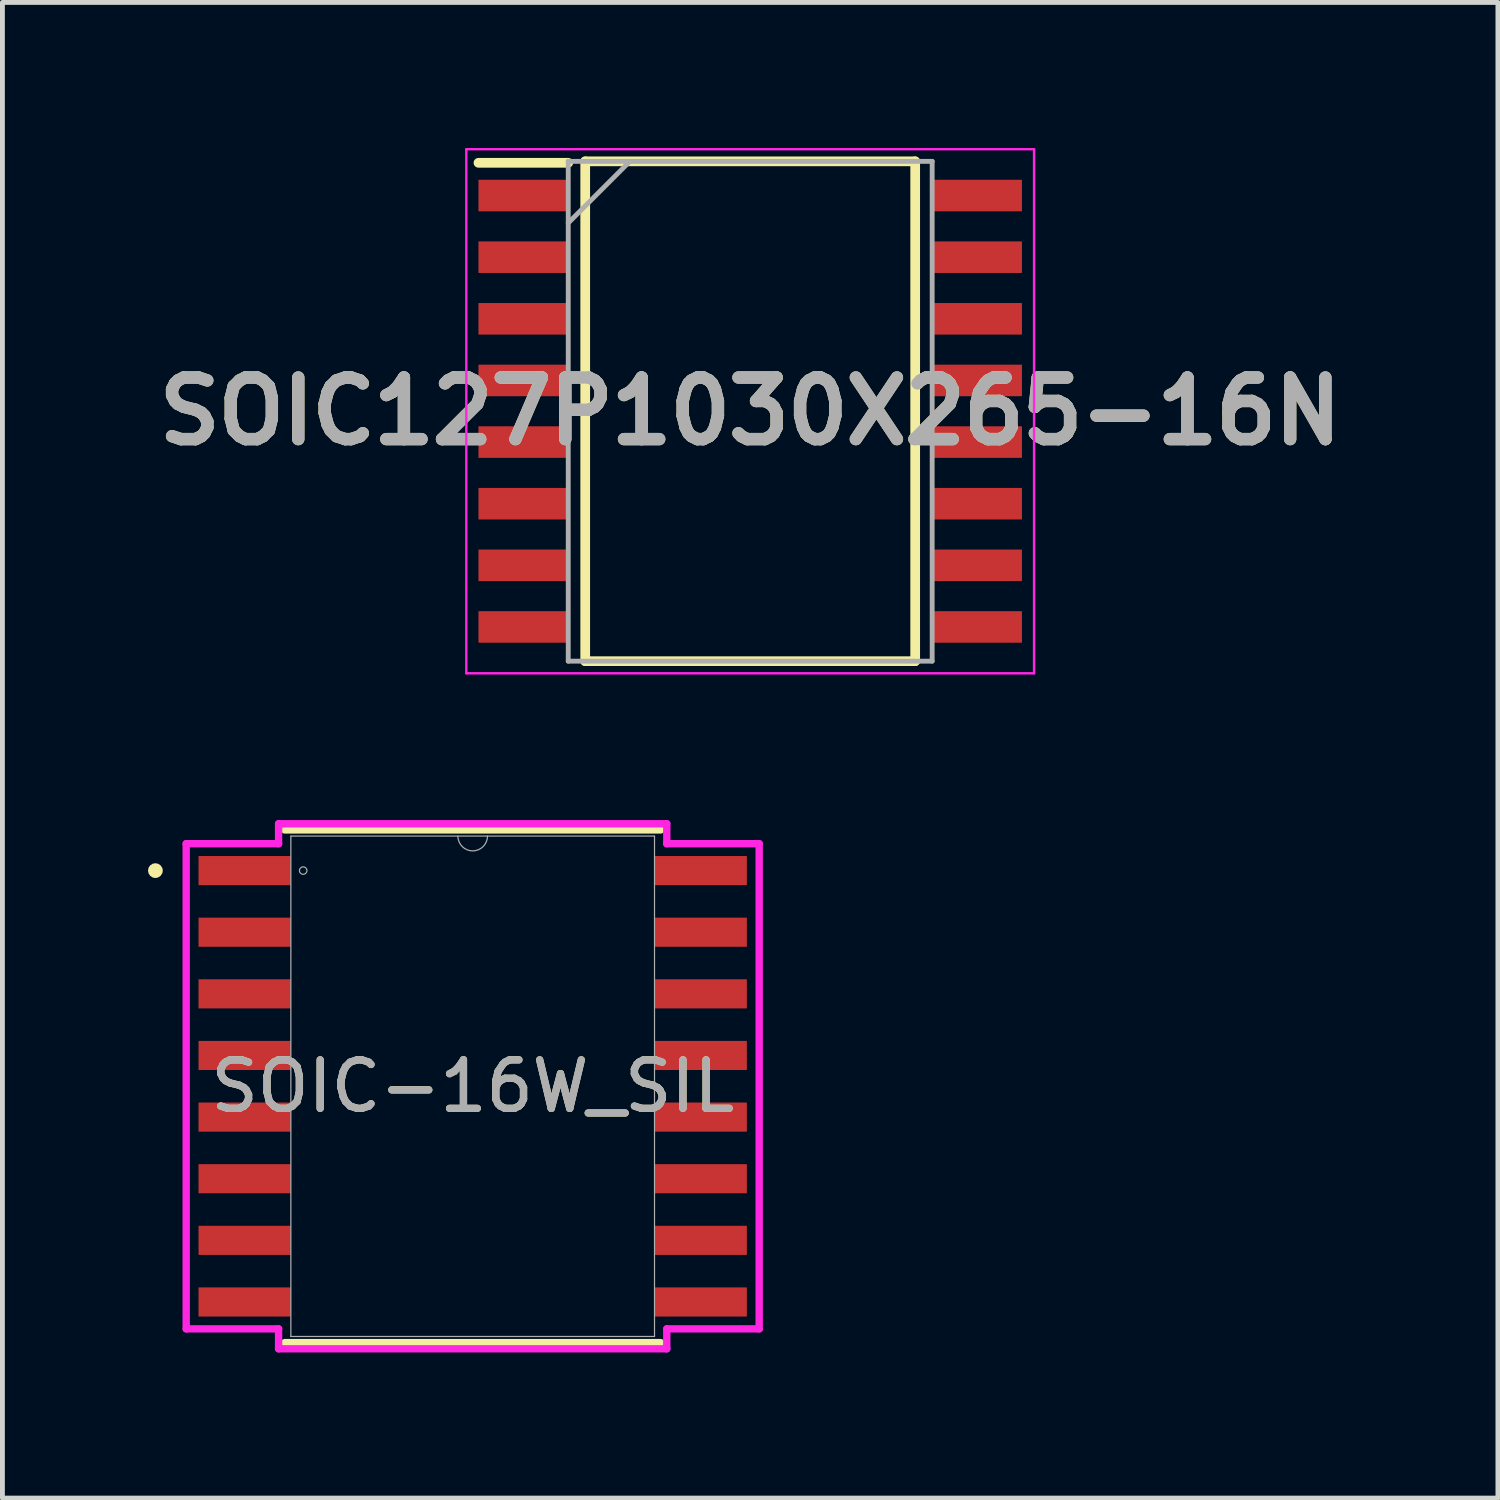
<source format=kicad_pcb>
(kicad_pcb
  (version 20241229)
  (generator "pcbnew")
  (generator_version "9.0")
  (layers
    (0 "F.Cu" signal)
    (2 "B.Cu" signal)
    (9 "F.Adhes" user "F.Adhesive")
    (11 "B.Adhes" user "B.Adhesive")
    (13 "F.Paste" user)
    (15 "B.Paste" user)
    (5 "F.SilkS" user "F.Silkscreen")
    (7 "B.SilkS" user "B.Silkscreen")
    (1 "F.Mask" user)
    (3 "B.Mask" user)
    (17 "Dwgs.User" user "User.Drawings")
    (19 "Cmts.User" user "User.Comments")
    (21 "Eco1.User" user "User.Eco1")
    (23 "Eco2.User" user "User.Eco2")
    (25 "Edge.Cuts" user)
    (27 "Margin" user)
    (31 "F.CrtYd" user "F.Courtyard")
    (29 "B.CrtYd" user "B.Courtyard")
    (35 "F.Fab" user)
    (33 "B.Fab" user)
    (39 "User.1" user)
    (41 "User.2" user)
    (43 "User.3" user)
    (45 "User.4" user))
  (footprint "SOIC-16W_SIL"
    (layer "F.Cu")
    (at 6.691 19.336)
    (property "Reference" "SOIC-16W_SIL" (at 0 0 0) (unlocked yes) (layer "F.SilkS") (effects (font (size 1 1) (thickness 0.15))))
    (attr smd)
    (fp_line (start -3.873 5.283) (end 3.873 5.283) (stroke (width 0.152) (type solid)) (layer "F.SilkS"))
    (fp_line (start 3.873 -5.283) (end -3.873 -5.283) (stroke (width 0.152) (type solid)) (layer "F.SilkS"))
    (fp_circle (center -6.539 -4.445) (end -6.463 -4.445) (stroke (width 0.152) (type solid)) (fill no) (layer "F.SilkS"))
    (fp_line (start -5.904 -4.999) (end -4 -4.999) (stroke (width 0.152) (type solid)) (layer "F.CrtYd"))
    (fp_line (start -5.904 4.999) (end -5.904 -4.999) (stroke (width 0.152) (type solid)) (layer "F.CrtYd"))
    (fp_line (start -5.904 4.999) (end -4 4.999) (stroke (width 0.152) (type solid)) (layer "F.CrtYd"))
    (fp_line (start -4 -5.41) (end 4 -5.41) (stroke (width 0.152) (type solid)) (layer "F.CrtYd"))
    (fp_line (start -4 -4.999) (end -4 -5.41) (stroke (width 0.152) (type solid)) (layer "F.CrtYd"))
    (fp_line (start -4 5.41) (end -4 4.999) (stroke (width 0.152) (type solid)) (layer "F.CrtYd"))
    (fp_line (start 4 -5.41) (end 4 -4.999) (stroke (width 0.152) (type solid)) (layer "F.CrtYd"))
    (fp_line (start 4 4.999) (end 4 5.41) (stroke (width 0.152) (type solid)) (layer "F.CrtYd"))
    (fp_line (start 4 5.41) (end -4 5.41) (stroke (width 0.152) (type solid)) (layer "F.CrtYd"))
    (fp_line (start 5.904 -4.999) (end 4 -4.999) (stroke (width 0.152) (type solid)) (layer "F.CrtYd"))
    (fp_line (start 5.904 -4.999) (end 5.904 4.999) (stroke (width 0.152) (type solid)) (layer "F.CrtYd"))
    (fp_line (start 5.904 4.999) (end 4 4.999) (stroke (width 0.152) (type solid)) (layer "F.CrtYd"))
    (fp_line (start -3.747 -5.156) (end -3.747 5.156) (stroke (width 0.025) (type solid)) (layer "F.Fab"))
    (fp_line (start -3.747 5.156) (end 3.747 5.156) (stroke (width 0.025) (type solid)) (layer "F.Fab"))
    (fp_line (start 3.747 -5.156) (end -3.747 -5.156) (stroke (width 0.025) (type solid)) (layer "F.Fab"))
    (fp_line (start 3.747 5.156) (end 3.747 -5.156) (stroke (width 0.025) (type solid)) (layer "F.Fab"))
    (fp_arc (start 0.3048 -5.1562) (mid 0 -4.8514) (end -0.3048 -5.1562) (stroke (width 0.0254) (type solid)) (layer "F.Fab"))
    (fp_circle (center -3.493 -4.445) (end -3.416 -4.445) (stroke (width 0.025) (type solid)) (fill no) (layer "F.Fab"))
    (fp_text user "${REFERENCE}" (at 0 0 0) (unlocked yes) (layer "F.Fab") (effects (font (size 1 1) (thickness 0.15))))
    (pad "1" smd rect (at -4.7 -4.445) (size 1.9 0.6) (layers "F.Cu" "F.Mask" "F.Paste"))
    (pad "2" smd rect (at -4.7 -3.175) (size 1.9 0.6) (layers "F.Cu" "F.Mask" "F.Paste"))
    (pad "3" smd rect (at -4.7 -1.905) (size 1.9 0.6) (layers "F.Cu" "F.Mask" "F.Paste"))
    (pad "4" smd rect (at -4.7 -0.635) (size 1.9 0.6) (layers "F.Cu" "F.Mask" "F.Paste"))
    (pad "5" smd rect (at -4.7 0.635) (size 1.9 0.6) (layers "F.Cu" "F.Mask" "F.Paste"))
    (pad "6" smd rect (at -4.7 1.905) (size 1.9 0.6) (layers "F.Cu" "F.Mask" "F.Paste"))
    (pad "7" smd rect (at -4.7 3.175) (size 1.9 0.6) (layers "F.Cu" "F.Mask" "F.Paste"))
    (pad "8" smd rect (at -4.7 4.445) (size 1.9 0.6) (layers "F.Cu" "F.Mask" "F.Paste"))
    (pad "9" smd rect (at 4.7 4.445) (size 1.9 0.6) (layers "F.Cu" "F.Mask" "F.Paste"))
    (pad "10" smd rect (at 4.7 3.175) (size 1.9 0.6) (layers "F.Cu" "F.Mask" "F.Paste"))
    (pad "11" smd rect (at 4.7 1.905) (size 1.9 0.6) (layers "F.Cu" "F.Mask" "F.Paste"))
    (pad "12" smd rect (at 4.7 0.635) (size 1.9 0.6) (layers "F.Cu" "F.Mask" "F.Paste"))
    (pad "13" smd rect (at 4.7 -0.635) (size 1.9 0.6) (layers "F.Cu" "F.Mask" "F.Paste"))
    (pad "14" smd rect (at 4.7 -1.905) (size 1.9 0.6) (layers "F.Cu" "F.Mask" "F.Paste"))
    (pad "15" smd rect (at 4.7 -3.175) (size 1.9 0.6) (layers "F.Cu" "F.Mask" "F.Paste"))
    (pad "16" smd rect (at 4.7 -4.445) (size 1.9 0.6) (layers "F.Cu" "F.Mask" "F.Paste")))
  (footprint "SOIC127P1030X265-16N"
    (layer "F.Cu")
    (at 12.41 5.425)
    (property "Reference" "SOIC127P1030X265-16N" (at 0 0 0) (layer "F.SilkS") (effects (font (size 1.27 1.27) (thickness 0.254))))
    (attr smd)
    (fp_line (start -5.6 -5.12) (end -3.75 -5.12) (stroke (width 0.2) (type solid)) (layer "F.SilkS"))
    (fp_line (start -3.4 -5.15) (end 3.4 -5.15) (stroke (width 0.2) (type solid)) (layer "F.SilkS"))
    (fp_line (start -3.4 5.15) (end -3.4 -5.15) (stroke (width 0.2) (type solid)) (layer "F.SilkS"))
    (fp_line (start 3.4 -5.15) (end 3.4 5.15) (stroke (width 0.2) (type solid)) (layer "F.SilkS"))
    (fp_line (start 3.4 5.15) (end -3.4 5.15) (stroke (width 0.2) (type solid)) (layer "F.SilkS"))
    (fp_line (start -5.85 -5.4) (end 5.85 -5.4) (stroke (width 0.05) (type solid)) (layer "F.CrtYd"))
    (fp_line (start -5.85 5.4) (end -5.85 -5.4) (stroke (width 0.05) (type solid)) (layer "F.CrtYd"))
    (fp_line (start 5.85 -5.4) (end 5.85 5.4) (stroke (width 0.05) (type solid)) (layer "F.CrtYd"))
    (fp_line (start 5.85 5.4) (end -5.85 5.4) (stroke (width 0.05) (type solid)) (layer "F.CrtYd"))
    (fp_line (start -3.75 -5.15) (end 3.75 -5.15) (stroke (width 0.1) (type solid)) (layer "F.Fab"))
    (fp_line (start -3.75 -3.88) (end -2.48 -5.15) (stroke (width 0.1) (type solid)) (layer "F.Fab"))
    (fp_line (start -3.75 5.15) (end -3.75 -5.15) (stroke (width 0.1) (type solid)) (layer "F.Fab"))
    (fp_line (start 3.75 -5.15) (end 3.75 5.15) (stroke (width 0.1) (type solid)) (layer "F.Fab"))
    (fp_line (start 3.75 5.15) (end -3.75 5.15) (stroke (width 0.1) (type solid)) (layer "F.Fab"))
    (fp_text user "${REFERENCE}" (at 0 0 0) (layer "F.Fab") (effects (font (size 1.27 1.27) (thickness 0.254))))
    (pad "1" smd rect (at -4.675 -4.445 90) (size 0.65 1.85) (layers "F.Cu" "F.Mask" "F.Paste"))
    (pad "2" smd rect (at -4.675 -3.175 90) (size 0.65 1.85) (layers "F.Cu" "F.Mask" "F.Paste"))
    (pad "3" smd rect (at -4.675 -1.905 90) (size 0.65 1.85) (layers "F.Cu" "F.Mask" "F.Paste"))
    (pad "4" smd rect (at -4.675 -0.635 90) (size 0.65 1.85) (layers "F.Cu" "F.Mask" "F.Paste"))
    (pad "5" smd rect (at -4.675 0.635 90) (size 0.65 1.85) (layers "F.Cu" "F.Mask" "F.Paste"))
    (pad "6" smd rect (at -4.675 1.905 90) (size 0.65 1.85) (layers "F.Cu" "F.Mask" "F.Paste"))
    (pad "7" smd rect (at -4.675 3.175 90) (size 0.65 1.85) (layers "F.Cu" "F.Mask" "F.Paste"))
    (pad "8" smd rect (at -4.675 4.445 90) (size 0.65 1.85) (layers "F.Cu" "F.Mask" "F.Paste"))
    (pad "9" smd rect (at 4.675 4.445 90) (size 0.65 1.85) (layers "F.Cu" "F.Mask" "F.Paste"))
    (pad "10" smd rect (at 4.675 3.175 90) (size 0.65 1.85) (layers "F.Cu" "F.Mask" "F.Paste"))
    (pad "11" smd rect (at 4.675 1.905 90) (size 0.65 1.85) (layers "F.Cu" "F.Mask" "F.Paste"))
    (pad "12" smd rect (at 4.675 0.635 90) (size 0.65 1.85) (layers "F.Cu" "F.Mask" "F.Paste"))
    (pad "13" smd rect (at 4.675 -0.635 90) (size 0.65 1.85) (layers "F.Cu" "F.Mask" "F.Paste"))
    (pad "14" smd rect (at 4.675 -1.905 90) (size 0.65 1.85) (layers "F.Cu" "F.Mask" "F.Paste"))
    (pad "15" smd rect (at 4.675 -3.175 90) (size 0.65 1.85) (layers "F.Cu" "F.Mask" "F.Paste"))
    (pad "16" smd rect (at 4.675 -4.445 90) (size 0.65 1.85) (layers "F.Cu" "F.Mask" "F.Paste")))
  (gr_rect
    (start -3 -3)
    (end 27.819 27.823)
    (stroke (width 0.1) (type default))
    (fill no)
    (layer "Edge.Cuts")))
</source>
